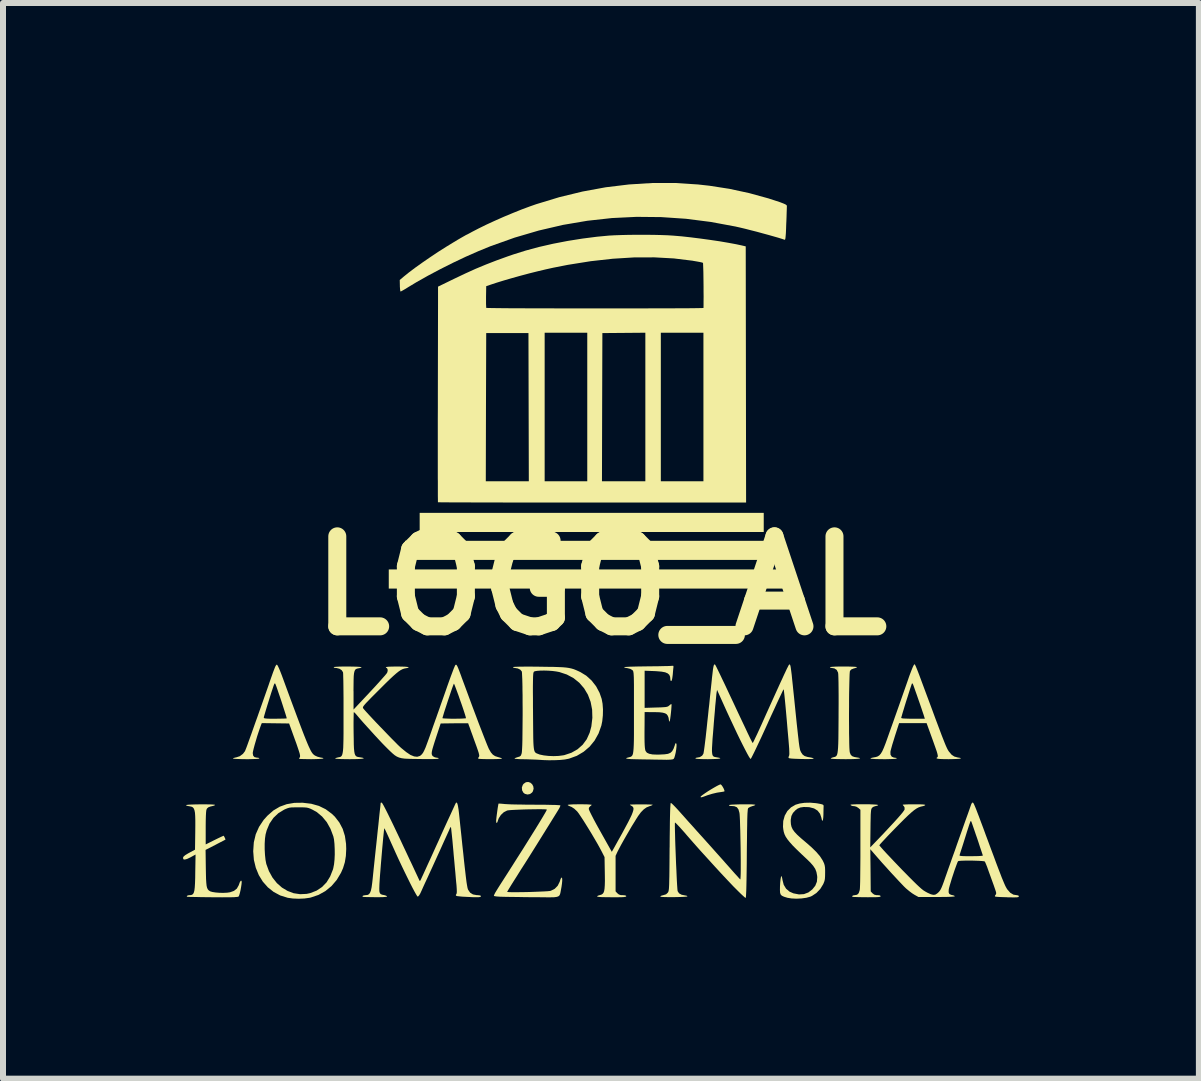
<source format=kicad_pcb>
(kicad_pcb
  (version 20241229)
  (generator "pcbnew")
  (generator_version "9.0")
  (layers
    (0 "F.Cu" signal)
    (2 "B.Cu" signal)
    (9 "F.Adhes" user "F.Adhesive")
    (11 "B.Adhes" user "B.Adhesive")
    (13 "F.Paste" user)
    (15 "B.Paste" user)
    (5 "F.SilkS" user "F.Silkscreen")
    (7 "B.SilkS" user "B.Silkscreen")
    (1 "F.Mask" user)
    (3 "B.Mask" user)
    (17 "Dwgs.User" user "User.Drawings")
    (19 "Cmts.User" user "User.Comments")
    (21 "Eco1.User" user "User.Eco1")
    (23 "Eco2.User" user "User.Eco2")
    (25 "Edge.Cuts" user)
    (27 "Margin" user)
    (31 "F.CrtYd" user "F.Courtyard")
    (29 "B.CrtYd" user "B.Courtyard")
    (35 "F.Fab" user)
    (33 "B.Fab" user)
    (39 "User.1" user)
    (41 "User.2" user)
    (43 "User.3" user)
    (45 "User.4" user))
  (footprint "LOGO_AL"
    (layer "F.Cu")
    (at 6.964 6.71)
    (property "Reference" "LOGO_AL" (at 0 0 0) (layer "F.SilkS") (effects (font (size 1.5 1.5) (thickness 0.3))))
    (attr board_only exclude_from_pos_files exclude_from_bom)
    (fp_poly (pts (xy 2.714 -1.054) (xy 2.714 -0.894) (xy -0.153 -0.894) (xy -3.02 -0.894) (xy -3.02 -1.054) (xy -3.02 -1.213) (xy -0.153 -1.213) (xy 2.714 -1.213)) (stroke (width 0) (type solid)) (fill yes) (layer "F.SilkS"))
    (fp_poly (pts (xy 2.959 -0.588) (xy 2.959 -0.429) (xy -0.153 -0.429) (xy -3.265 -0.429) (xy -3.265 -0.588) (xy -3.265 -0.747) (xy -0.153 -0.747) (xy 2.959 -0.747)) (stroke (width 0) (type solid)) (fill yes) (layer "F.SilkS"))
    (fp_poly (pts (xy 3.229 -0.11) (xy 3.229 0.049) (xy -0.153 0.049) (xy -3.535 0.049) (xy -3.535 -0.11) (xy -3.535 -0.27) (xy -0.153 -0.27) (xy 3.229 -0.27)) (stroke (width 0) (type solid)) (fill yes) (layer "F.SilkS"))
    (fp_poly (pts (xy -1.175 3.284) (xy -1.146 3.309) (xy -1.127 3.344) (xy -1.121 3.384) (xy -1.133 3.427) (xy -1.147 3.448) (xy -1.181 3.473) (xy -1.223 3.481) (xy -1.266 3.47) (xy -1.291 3.451) (xy -1.313 3.411) (xy -1.317 3.364) (xy -1.301 3.32) (xy -1.287 3.302) (xy -1.249 3.276) (xy -1.21 3.272)) (stroke (width 0) (type solid)) (fill yes) (layer "F.SilkS"))
    (fp_poly (pts (xy 1.997 3.312) (xy 2.012 3.326) (xy 2.03 3.352) (xy 2.047 3.383) (xy 2.058 3.411) (xy 2.06 3.427) (xy 2.059 3.428) (xy 2.044 3.433) (xy 2.013 3.438) (xy 2 3.44) (xy 1.935 3.45) (xy 1.859 3.468) (xy 1.782 3.491) (xy 1.744 3.505) (xy 1.7 3.521) (xy 1.673 3.528) (xy 1.662 3.525) (xy 1.661 3.52) (xy 1.671 3.507) (xy 1.698 3.486) (xy 1.738 3.458) (xy 1.786 3.426) (xy 1.838 3.394) (xy 1.889 3.364) (xy 1.935 3.338) (xy 1.971 3.32) (xy 1.993 3.312)) (stroke (width 0) (type solid)) (fill yes) (layer "F.SilkS"))
    (fp_poly (pts (xy 4.115 1.348) (xy 4.177 1.35) (xy 4.226 1.352) (xy 4.259 1.355) (xy 4.27 1.358) (xy 4.259 1.366) (xy 4.232 1.376) (xy 4.218 1.379) (xy 4.176 1.395) (xy 4.152 1.42) (xy 4.151 1.421) (xy 4.148 1.44) (xy 4.145 1.48) (xy 4.143 1.538) (xy 4.141 1.613) (xy 4.139 1.702) (xy 4.137 1.8) (xy 4.136 1.907) (xy 4.136 2.018) (xy 4.135 2.131) (xy 4.135 2.243) (xy 4.136 2.352) (xy 4.136 2.455) (xy 4.138 2.548) (xy 4.139 2.629) (xy 4.141 2.696) (xy 4.144 2.744) (xy 4.147 2.773) (xy 4.147 2.775) (xy 4.162 2.815) (xy 4.186 2.841) (xy 4.225 2.856) (xy 4.26 2.862) (xy 4.302 2.869) (xy 4.319 2.875) (xy 4.314 2.881) (xy 4.288 2.885) (xy 4.239 2.889) (xy 4.171 2.891) (xy 4.083 2.892) (xy 4.074 2.892) (xy 4 2.891) (xy 3.934 2.89) (xy 3.882 2.888) (xy 3.845 2.885) (xy 3.829 2.882) (xy 3.829 2.882) (xy 3.84 2.872) (xy 3.866 2.862) (xy 3.875 2.86) (xy 3.892 2.856) (xy 3.907 2.851) (xy 3.919 2.843) (xy 3.93 2.83) (xy 3.938 2.811) (xy 3.944 2.784) (xy 3.949 2.746) (xy 3.953 2.696) (xy 3.956 2.632) (xy 3.958 2.552) (xy 3.959 2.454) (xy 3.96 2.336) (xy 3.961 2.196) (xy 3.961 2.136) (xy 3.962 1.97) (xy 3.962 1.827) (xy 3.961 1.706) (xy 3.96 1.607) (xy 3.958 1.531) (xy 3.956 1.479) (xy 3.953 1.45) (xy 3.952 1.448) (xy 3.93 1.404) (xy 3.891 1.379) (xy 3.847 1.372) (xy 3.824 1.368) (xy 3.817 1.36) (xy 3.829 1.355) (xy 3.864 1.352) (xy 3.92 1.349) (xy 3.996 1.348) (xy 4.043 1.348)) (stroke (width 0) (type solid)) (fill yes) (layer "F.SilkS"))
    (fp_poly (pts (xy 1.617 -6.686) (xy 1.807 -6.665) (xy 2.142 -6.613) (xy 2.471 -6.542) (xy 2.791 -6.454) (xy 2.984 -6.391) (xy 3.039 -6.37) (xy 3.075 -6.354) (xy 3.094 -6.341) (xy 3.1 -6.328) (xy 3.1 -6.327) (xy 3.099 -6.308) (xy 3.098 -6.269) (xy 3.096 -6.213) (xy 3.094 -6.145) (xy 3.091 -6.067) (xy 3.089 -6.031) (xy 3.086 -5.941) (xy 3.083 -5.874) (xy 3.079 -5.825) (xy 3.076 -5.793) (xy 3.072 -5.774) (xy 3.067 -5.765) (xy 3.061 -5.764) (xy 3.06 -5.765) (xy 3.018 -5.779) (xy 2.957 -5.798) (xy 2.88 -5.82) (xy 2.792 -5.845) (xy 2.696 -5.871) (xy 2.598 -5.898) (xy 2.499 -5.923) (xy 2.406 -5.947) (xy 2.322 -5.967) (xy 2.251 -5.983) (xy 2.248 -5.984) (xy 1.833 -6.061) (xy 1.418 -6.114) (xy 1.005 -6.142) (xy 0.594 -6.146) (xy 0.184 -6.126) (xy -0.225 -6.081) (xy -0.631 -6.012) (xy -1.035 -5.918) (xy -1.437 -5.8) (xy -1.836 -5.658) (xy -1.844 -5.655) (xy -2.042 -5.574) (xy -2.251 -5.482) (xy -2.464 -5.381) (xy -2.675 -5.275) (xy -2.879 -5.167) (xy -3.069 -5.06) (xy -3.21 -4.975) (xy -3.258 -4.945) (xy -3.298 -4.922) (xy -3.327 -4.906) (xy -3.338 -4.901) (xy -3.343 -4.912) (xy -3.347 -4.942) (xy -3.35 -4.985) (xy -3.35 -4.998) (xy -3.352 -5.094) (xy -3.287 -5.149) (xy -3.199 -5.22) (xy -3.094 -5.299) (xy -2.975 -5.384) (xy -2.847 -5.472) (xy -2.714 -5.561) (xy -2.58 -5.646) (xy -2.449 -5.726) (xy -2.449 -5.726) (xy -2.386 -5.764) (xy -2.331 -5.796) (xy -2.287 -5.821) (xy -2.257 -5.838) (xy -2.245 -5.845) (xy -2.245 -5.845) (xy -2.233 -5.85) (xy -2.204 -5.865) (xy -2.165 -5.886) (xy -2.149 -5.895) (xy -2.039 -5.952) (xy -1.911 -6.015) (xy -1.77 -6.08) (xy -1.621 -6.146) (xy -1.47 -6.209) (xy -1.321 -6.269) (xy -1.181 -6.321) (xy -1.078 -6.357) (xy -0.693 -6.474) (xy -0.306 -6.568) (xy 0.081 -6.639) (xy 0.469 -6.686) (xy 0.854 -6.71) (xy 1.238 -6.71)) (stroke (width 0) (type solid)) (fill yes) (layer "F.SilkS"))
    (fp_poly (pts (xy -4.827 3.635) (xy -4.699 3.671) (xy -4.585 3.727) (xy -4.483 3.803) (xy -4.434 3.85) (xy -4.359 3.947) (xy -4.303 4.053) (xy -4.266 4.171) (xy -4.247 4.303) (xy -4.244 4.388) (xy -4.25 4.506) (xy -4.267 4.61) (xy -4.297 4.708) (xy -4.331 4.785) (xy -4.402 4.904) (xy -4.489 5.006) (xy -4.591 5.09) (xy -4.706 5.154) (xy -4.833 5.197) (xy -4.855 5.202) (xy -4.941 5.214) (xy -5.037 5.218) (xy -5.134 5.214) (xy -5.22 5.202) (xy -5.222 5.201) (xy -5.344 5.163) (xy -5.454 5.104) (xy -5.551 5.027) (xy -5.634 4.933) (xy -5.701 4.824) (xy -5.751 4.702) (xy -5.783 4.57) (xy -5.794 4.429) (xy -5.794 4.423) (xy -5.792 4.394) (xy -5.603 4.394) (xy -5.598 4.486) (xy -5.589 4.571) (xy -5.576 4.638) (xy -5.532 4.758) (xy -5.473 4.865) (xy -5.4 4.957) (xy -5.315 5.032) (xy -5.221 5.088) (xy -5.12 5.126) (xy -5.013 5.142) (xy -4.904 5.137) (xy -4.844 5.124) (xy -4.738 5.083) (xy -4.648 5.023) (xy -4.572 4.945) (xy -4.512 4.847) (xy -4.465 4.729) (xy -4.459 4.705) (xy -4.447 4.644) (xy -4.439 4.567) (xy -4.435 4.479) (xy -4.436 4.389) (xy -4.44 4.303) (xy -4.448 4.228) (xy -4.459 4.178) (xy -4.506 4.053) (xy -4.568 3.942) (xy -4.645 3.849) (xy -4.734 3.774) (xy -4.806 3.734) (xy -4.842 3.717) (xy -4.872 3.706) (xy -4.902 3.699) (xy -4.939 3.696) (xy -4.988 3.694) (xy -5.042 3.694) (xy -5.107 3.695) (xy -5.154 3.696) (xy -5.189 3.7) (xy -5.218 3.708) (xy -5.249 3.72) (xy -5.278 3.733) (xy -5.376 3.793) (xy -5.457 3.87) (xy -5.522 3.965) (xy -5.569 4.076) (xy -5.588 4.146) (xy -5.598 4.216) (xy -5.603 4.301) (xy -5.603 4.394) (xy -5.792 4.394) (xy -5.784 4.278) (xy -5.752 4.144) (xy -5.697 4.02) (xy -5.62 3.904) (xy -5.556 3.833) (xy -5.458 3.747) (xy -5.352 3.684) (xy -5.236 3.642) (xy -5.108 3.62) (xy -4.97 3.618)) (stroke (width 0) (type solid)) (fill yes) (layer "F.SilkS"))
    (fp_poly (pts (xy 3.583 3.625) (xy 3.615 3.63) (xy 3.663 3.639) (xy 3.693 3.647) (xy 3.707 3.656) (xy 3.712 3.668) (xy 3.712 3.674) (xy 3.711 3.698) (xy 3.71 3.739) (xy 3.709 3.79) (xy 3.709 3.811) (xy 3.706 3.866) (xy 3.701 3.903) (xy 3.694 3.919) (xy 3.686 3.914) (xy 3.678 3.885) (xy 3.676 3.872) (xy 3.653 3.803) (xy 3.612 3.75) (xy 3.553 3.713) (xy 3.477 3.693) (xy 3.456 3.691) (xy 3.381 3.689) (xy 3.324 3.697) (xy 3.278 3.716) (xy 3.246 3.74) (xy 3.201 3.788) (xy 3.175 3.839) (xy 3.164 3.902) (xy 3.164 3.929) (xy 3.167 3.977) (xy 3.177 4.02) (xy 3.196 4.061) (xy 3.227 4.104) (xy 3.271 4.151) (xy 3.331 4.206) (xy 3.408 4.271) (xy 3.508 4.358) (xy 3.589 4.437) (xy 3.65 4.508) (xy 3.693 4.574) (xy 3.702 4.591) (xy 3.719 4.627) (xy 3.729 4.659) (xy 3.735 4.695) (xy 3.737 4.741) (xy 3.737 4.785) (xy 3.736 4.845) (xy 3.733 4.889) (xy 3.726 4.923) (xy 3.713 4.957) (xy 3.704 4.977) (xy 3.656 5.055) (xy 3.592 5.122) (xy 3.518 5.171) (xy 3.489 5.184) (xy 3.423 5.202) (xy 3.343 5.213) (xy 3.258 5.217) (xy 3.177 5.213) (xy 3.109 5.202) (xy 3.106 5.201) (xy 3.051 5.184) (xy 3.015 5.167) (xy 2.995 5.145) (xy 2.986 5.114) (xy 2.984 5.07) (xy 2.984 5.068) (xy 2.985 5.011) (xy 2.988 4.955) (xy 2.993 4.904) (xy 2.999 4.866) (xy 3.005 4.843) (xy 3.008 4.84) (xy 3.015 4.851) (xy 3.022 4.879) (xy 3.026 4.903) (xy 3.047 4.985) (xy 3.086 5.05) (xy 3.143 5.099) (xy 3.209 5.128) (xy 3.301 5.146) (xy 3.384 5.141) (xy 3.458 5.113) (xy 3.524 5.062) (xy 3.524 5.062) (xy 3.573 5.001) (xy 3.6 4.934) (xy 3.606 4.858) (xy 3.603 4.83) (xy 3.592 4.772) (xy 3.572 4.72) (xy 3.538 4.669) (xy 3.489 4.613) (xy 3.439 4.564) (xy 3.343 4.474) (xy 3.264 4.398) (xy 3.199 4.333) (xy 3.149 4.277) (xy 3.11 4.229) (xy 3.081 4.186) (xy 3.061 4.145) (xy 3.048 4.105) (xy 3.04 4.062) (xy 3.035 4.019) (xy 3.039 3.922) (xy 3.064 3.833) (xy 3.107 3.757) (xy 3.169 3.695) (xy 3.244 3.651) (xy 3.312 3.631) (xy 3.395 3.619) (xy 3.488 3.617)) (stroke (width 0) (type solid)) (fill yes) (layer "F.SilkS"))
    (fp_poly (pts (xy -0.288 3.644) (xy -0.23 3.645) (xy -0.186 3.648) (xy -0.159 3.651) (xy -0.153 3.653) (xy -0.163 3.666) (xy -0.178 3.676) (xy -0.198 3.699) (xy -0.202 3.721) (xy -0.196 3.74) (xy -0.179 3.777) (xy -0.152 3.831) (xy -0.117 3.899) (xy -0.074 3.979) (xy -0.025 4.067) (xy -0.01 4.094) (xy 0.182 4.436) (xy 0.215 4.378) (xy 0.291 4.241) (xy 0.356 4.125) (xy 0.409 4.026) (xy 0.453 3.944) (xy 0.487 3.876) (xy 0.513 3.822) (xy 0.53 3.778) (xy 0.54 3.745) (xy 0.544 3.72) (xy 0.541 3.701) (xy 0.533 3.687) (xy 0.521 3.676) (xy 0.512 3.671) (xy 0.49 3.658) (xy 0.484 3.651) (xy 0.484 3.65) (xy 0.502 3.648) (xy 0.537 3.647) (xy 0.585 3.646) (xy 0.642 3.646) (xy 0.701 3.646) (xy 0.757 3.646) (xy 0.806 3.647) (xy 0.843 3.649) (xy 0.862 3.65) (xy 0.864 3.651) (xy 0.853 3.66) (xy 0.827 3.671) (xy 0.812 3.675) (xy 0.76 3.696) (xy 0.714 3.729) (xy 0.667 3.777) (xy 0.621 3.839) (xy 0.593 3.883) (xy 0.556 3.943) (xy 0.512 4.014) (xy 0.466 4.093) (xy 0.419 4.174) (xy 0.374 4.253) (xy 0.334 4.325) (xy 0.302 4.386) (xy 0.279 4.43) (xy 0.278 4.432) (xy 0.245 4.503) (xy 0.245 4.799) (xy 0.245 5.095) (xy 0.275 5.127) (xy 0.3 5.147) (xy 0.33 5.157) (xy 0.364 5.158) (xy 0.402 5.161) (xy 0.42 5.168) (xy 0.423 5.176) (xy 0.419 5.182) (xy 0.407 5.186) (xy 0.382 5.19) (xy 0.343 5.192) (xy 0.286 5.193) (xy 0.208 5.193) (xy 0.177 5.193) (xy 0.086 5.192) (xy 0.017 5.191) (xy -0.029 5.188) (xy -0.056 5.184) (xy -0.064 5.179) (xy -0.064 5.179) (xy -0.05 5.167) (xy -0.022 5.158) (xy -0.018 5.157) (xy 0.007 5.15) (xy 0.027 5.138) (xy 0.043 5.119) (xy 0.054 5.091) (xy 0.061 5.05) (xy 0.065 4.994) (xy 0.067 4.92) (xy 0.066 4.826) (xy 0.065 4.764) (xy 0.061 4.524) (xy 0.012 4.428) (xy -0.02 4.368) (xy -0.059 4.298) (xy -0.104 4.221) (xy -0.152 4.139) (xy -0.202 4.057) (xy -0.251 3.978) (xy -0.297 3.905) (xy -0.338 3.843) (xy -0.371 3.794) (xy -0.395 3.763) (xy -0.398 3.76) (xy -0.444 3.717) (xy -0.489 3.688) (xy -0.502 3.683) (xy -0.533 3.67) (xy -0.552 3.658) (xy -0.554 3.655) (xy -0.544 3.651) (xy -0.513 3.648) (xy -0.464 3.645) (xy -0.4 3.644) (xy -0.356 3.643)) (stroke (width 0) (type solid)) (fill yes) (layer "F.SilkS"))
    (fp_poly (pts (xy -6.567 3.645) (xy -6.51 3.646) (xy -6.466 3.648) (xy -6.438 3.651) (xy -6.431 3.653) (xy -6.437 3.662) (xy -6.46 3.67) (xy -6.511 3.682) (xy -6.543 3.695) (xy -6.563 3.713) (xy -6.57 3.725) (xy -6.576 3.745) (xy -6.58 3.782) (xy -6.583 3.837) (xy -6.585 3.913) (xy -6.586 4.01) (xy -6.586 4.034) (xy -6.586 4.313) (xy -6.438 4.239) (xy -6.383 4.212) (xy -6.337 4.19) (xy -6.304 4.175) (xy -6.287 4.168) (xy -6.286 4.168) (xy -6.276 4.185) (xy -6.264 4.209) (xy -6.257 4.228) (xy -6.257 4.233) (xy -6.269 4.239) (xy -6.299 4.255) (xy -6.342 4.277) (xy -6.396 4.305) (xy -6.424 4.32) (xy -6.588 4.404) (xy -6.584 4.705) (xy -6.582 4.808) (xy -6.58 4.89) (xy -6.576 4.953) (xy -6.571 5.001) (xy -6.563 5.035) (xy -6.552 5.059) (xy -6.538 5.076) (xy -6.52 5.089) (xy -6.507 5.096) (xy -6.471 5.106) (xy -6.418 5.114) (xy -6.355 5.119) (xy -6.29 5.12) (xy -6.228 5.117) (xy -6.18 5.11) (xy -6.115 5.087) (xy -6.067 5.049) (xy -6.035 4.992) (xy -6.029 4.974) (xy -6.016 4.939) (xy -6.002 4.919) (xy -5.991 4.917) (xy -5.986 4.934) (xy -5.986 4.94) (xy -5.989 4.976) (xy -5.996 5.023) (xy -6.005 5.073) (xy -6.016 5.121) (xy -6.027 5.158) (xy -6.035 5.178) (xy -6.035 5.178) (xy -6.042 5.183) (xy -6.056 5.187) (xy -6.08 5.189) (xy -6.114 5.192) (xy -6.163 5.193) (xy -6.228 5.193) (xy -6.312 5.194) (xy -6.416 5.193) (xy -6.472 5.193) (xy -6.571 5.192) (xy -6.662 5.191) (xy -6.743 5.189) (xy -6.809 5.188) (xy -6.859 5.187) (xy -6.89 5.185) (xy -6.899 5.184) (xy -6.9 5.172) (xy -6.883 5.162) (xy -6.858 5.158) (xy -6.832 5.157) (xy -6.811 5.15) (xy -6.795 5.136) (xy -6.783 5.113) (xy -6.774 5.077) (xy -6.768 5.026) (xy -6.764 4.958) (xy -6.761 4.87) (xy -6.76 4.78) (xy -6.755 4.481) (xy -6.84 4.528) (xy -6.897 4.555) (xy -6.936 4.565) (xy -6.958 4.56) (xy -6.964 4.537) (xy -6.963 4.532) (xy -6.953 4.513) (xy -6.925 4.49) (xy -6.877 4.461) (xy -6.862 4.453) (xy -6.764 4.4) (xy -6.76 4.115) (xy -6.759 4.001) (xy -6.759 3.91) (xy -6.761 3.838) (xy -6.765 3.783) (xy -6.773 3.743) (xy -6.784 3.715) (xy -6.799 3.696) (xy -6.819 3.685) (xy -6.844 3.679) (xy -6.862 3.676) (xy -6.894 3.67) (xy -6.912 3.662) (xy -6.914 3.657) (xy -6.901 3.654) (xy -6.869 3.65) (xy -6.821 3.648) (xy -6.762 3.646) (xy -6.697 3.645) (xy -6.63 3.644)) (stroke (width 0) (type solid)) (fill yes) (layer "F.SilkS"))
    (fp_poly (pts (xy -1.693 3.632) (xy -1.662 3.634) (xy -1.618 3.638) (xy -1.599 3.64) (xy -1.561 3.642) (xy -1.502 3.645) (xy -1.427 3.647) (xy -1.339 3.648) (xy -1.242 3.65) (xy -1.14 3.65) (xy -1.088 3.651) (xy -0.991 3.651) (xy -0.901 3.652) (xy -0.823 3.654) (xy -0.758 3.655) (xy -0.71 3.658) (xy -0.682 3.66) (xy -0.675 3.662) (xy -0.678 3.677) (xy -0.691 3.706) (xy -0.71 3.738) (xy -0.793 3.872) (xy -0.883 4.017) (xy -0.977 4.168) (xy -1.071 4.319) (xy -1.163 4.466) (xy -1.25 4.604) (xy -1.329 4.727) (xy -1.359 4.775) (xy -1.409 4.855) (xy -1.455 4.927) (xy -1.495 4.991) (xy -1.527 5.043) (xy -1.549 5.08) (xy -1.561 5.101) (xy -1.562 5.104) (xy -1.551 5.106) (xy -1.518 5.108) (xy -1.469 5.109) (xy -1.405 5.109) (xy -1.333 5.108) (xy -1.253 5.107) (xy -1.172 5.105) (xy -1.091 5.102) (xy -1.016 5.099) (xy -0.949 5.096) (xy -0.894 5.093) (xy -0.854 5.089) (xy -0.836 5.086) (xy -0.77 5.053) (xy -0.72 5.002) (xy -0.687 4.936) (xy -0.685 4.93) (xy -0.671 4.887) (xy -0.659 4.867) (xy -0.65 4.866) (xy -0.645 4.883) (xy -0.644 4.915) (xy -0.648 4.961) (xy -0.656 5.019) (xy -0.663 5.056) (xy -0.67 5.095) (xy -0.676 5.126) (xy -0.684 5.15) (xy -0.695 5.168) (xy -0.713 5.18) (xy -0.741 5.188) (xy -0.781 5.193) (xy -0.835 5.194) (xy -0.907 5.194) (xy -0.999 5.193) (xy -1.069 5.192) (xy -1.172 5.192) (xy -1.277 5.191) (xy -1.379 5.189) (xy -1.471 5.188) (xy -1.55 5.187) (xy -1.608 5.186) (xy -1.682 5.184) (xy -1.737 5.18) (xy -1.771 5.175) (xy -1.783 5.17) (xy -1.782 5.162) (xy -1.778 5.152) (xy -1.771 5.137) (xy -1.759 5.114) (xy -1.74 5.083) (xy -1.713 5.039) (xy -1.677 4.982) (xy -1.63 4.909) (xy -1.572 4.818) (xy -1.562 4.803) (xy -1.473 4.663) (xy -1.387 4.527) (xy -1.304 4.397) (xy -1.227 4.274) (xy -1.156 4.16) (xy -1.091 4.056) (xy -1.034 3.963) (xy -0.986 3.884) (xy -0.948 3.82) (xy -0.92 3.772) (xy -0.904 3.742) (xy -0.901 3.732) (xy -0.912 3.729) (xy -0.944 3.727) (xy -0.993 3.726) (xy -1.056 3.726) (xy -1.127 3.727) (xy -1.203 3.728) (xy -1.281 3.73) (xy -1.357 3.733) (xy -1.426 3.736) (xy -1.486 3.739) (xy -1.532 3.743) (xy -1.56 3.747) (xy -1.563 3.748) (xy -1.618 3.776) (xy -1.666 3.821) (xy -1.701 3.875) (xy -1.712 3.903) (xy -1.724 3.94) (xy -1.735 3.956) (xy -1.743 3.949) (xy -1.746 3.921) (xy -1.744 3.898) (xy -1.74 3.859) (xy -1.734 3.811) (xy -1.727 3.759) (xy -1.72 3.709) (xy -1.713 3.667) (xy -1.708 3.64) (xy -1.706 3.632)) (stroke (width 0) (type solid)) (fill yes) (layer "F.SilkS"))
    (fp_poly (pts (xy 5.229 1.312) (xy 5.233 1.316) (xy 5.238 1.325) (xy 5.246 1.34) (xy 5.256 1.364) (xy 5.27 1.398) (xy 5.288 1.444) (xy 5.311 1.504) (xy 5.339 1.58) (xy 5.374 1.674) (xy 5.416 1.787) (xy 5.464 1.916) (xy 5.522 2.071) (xy 5.571 2.205) (xy 5.614 2.319) (xy 5.65 2.415) (xy 5.68 2.495) (xy 5.706 2.561) (xy 5.727 2.614) (xy 5.744 2.656) (xy 5.759 2.69) (xy 5.771 2.715) (xy 5.781 2.735) (xy 5.791 2.751) (xy 5.8 2.765) (xy 5.802 2.767) (xy 5.845 2.818) (xy 5.89 2.848) (xy 5.944 2.863) (xy 5.948 2.864) (xy 5.986 2.87) (xy 6 2.876) (xy 5.992 2.882) (xy 5.964 2.886) (xy 5.916 2.889) (xy 5.85 2.891) (xy 5.796 2.892) (xy 5.713 2.891) (xy 5.654 2.889) (xy 5.615 2.885) (xy 5.596 2.879) (xy 5.594 2.871) (xy 5.606 2.861) (xy 5.612 2.855) (xy 5.615 2.845) (xy 5.614 2.828) (xy 5.608 2.801) (xy 5.597 2.762) (xy 5.578 2.708) (xy 5.553 2.637) (xy 5.523 2.553) (xy 5.428 2.291) (xy 5.199 2.291) (xy 4.97 2.291) (xy 4.9 2.508) (xy 4.878 2.58) (xy 4.857 2.647) (xy 4.841 2.705) (xy 4.829 2.749) (xy 4.825 2.771) (xy 4.827 2.818) (xy 4.848 2.851) (xy 4.884 2.866) (xy 4.897 2.867) (xy 4.922 2.871) (xy 4.932 2.879) (xy 4.92 2.884) (xy 4.885 2.888) (xy 4.829 2.89) (xy 4.753 2.892) (xy 4.711 2.892) (xy 4.641 2.891) (xy 4.58 2.89) (xy 4.532 2.887) (xy 4.501 2.884) (xy 4.491 2.881) (xy 4.502 2.873) (xy 4.529 2.866) (xy 4.546 2.863) (xy 4.584 2.856) (xy 4.615 2.845) (xy 4.642 2.827) (xy 4.666 2.799) (xy 4.69 2.759) (xy 4.715 2.703) (xy 4.744 2.629) (xy 4.772 2.551) (xy 4.824 2.404) (xy 4.876 2.259) (xy 4.895 2.204) (xy 5.005 2.204) (xy 5.014 2.21) (xy 5.042 2.214) (xy 5.089 2.216) (xy 5.159 2.218) (xy 5.202 2.218) (xy 5.399 2.218) (xy 5.39 2.19) (xy 5.378 2.151) (xy 5.36 2.098) (xy 5.339 2.035) (xy 5.315 1.965) (xy 5.29 1.894) (xy 5.266 1.824) (xy 5.243 1.76) (xy 5.224 1.705) (xy 5.209 1.663) (xy 5.199 1.638) (xy 5.197 1.633) (xy 5.185 1.63) (xy 5.184 1.631) (xy 5.179 1.644) (xy 5.168 1.676) (xy 5.152 1.724) (xy 5.133 1.784) (xy 5.112 1.851) (xy 5.089 1.922) (xy 5.067 1.993) (xy 5.047 2.06) (xy 5.029 2.118) (xy 5.016 2.164) (xy 5.007 2.194) (xy 5.005 2.204) (xy 4.895 2.204) (xy 4.926 2.117) (xy 4.973 1.984) (xy 5.016 1.861) (xy 5.054 1.753) (xy 5.086 1.662) (xy 5.106 1.605) (xy 5.141 1.503) (xy 5.171 1.424) (xy 5.194 1.366) (xy 5.211 1.33) (xy 5.222 1.313) (xy 5.225 1.311)) (stroke (width 0) (type solid)) (fill yes) (layer "F.SilkS"))
    (fp_poly (pts (xy -1.106 1.35) (xy -1.02 1.351) (xy -0.895 1.353) (xy -0.791 1.354) (xy -0.706 1.357) (xy -0.637 1.36) (xy -0.58 1.365) (xy -0.532 1.372) (xy -0.491 1.381) (xy -0.453 1.392) (xy -0.415 1.407) (xy -0.375 1.425) (xy -0.341 1.441) (xy -0.243 1.501) (xy -0.155 1.581) (xy -0.08 1.677) (xy -0.022 1.786) (xy 0.013 1.887) (xy 0.028 1.968) (xy 0.035 2.062) (xy 0.033 2.162) (xy 0.023 2.258) (xy 0.008 2.332) (xy -0.039 2.464) (xy -0.105 2.582) (xy -0.188 2.684) (xy -0.288 2.769) (xy -0.401 2.836) (xy -0.527 2.882) (xy -0.539 2.885) (xy -0.6 2.897) (xy -0.679 2.905) (xy -0.77 2.909) (xy -0.866 2.91) (xy -0.962 2.907) (xy -1.005 2.904) (xy -1.069 2.9) (xy -1.146 2.897) (xy -1.227 2.894) (xy -1.283 2.893) (xy -1.342 2.892) (xy -1.391 2.889) (xy -1.425 2.886) (xy -1.439 2.883) (xy -1.44 2.882) (xy -1.429 2.873) (xy -1.402 2.863) (xy -1.386 2.858) (xy -1.352 2.847) (xy -1.334 2.832) (xy -1.323 2.804) (xy -1.319 2.789) (xy -1.316 2.764) (xy -1.313 2.718) (xy -1.31 2.654) (xy -1.308 2.574) (xy -1.307 2.482) (xy -1.306 2.381) (xy -1.305 2.272) (xy -1.304 2.16) (xy -1.304 2.046) (xy -1.305 1.934) (xy -1.305 1.826) (xy -1.307 1.725) (xy -1.307 1.683) (xy -1.133 1.683) (xy -1.133 1.771) (xy -1.132 1.879) (xy -1.132 2.009) (xy -1.131 2.088) (xy -1.13 2.234) (xy -1.129 2.357) (xy -1.128 2.46) (xy -1.127 2.544) (xy -1.125 2.611) (xy -1.122 2.664) (xy -1.118 2.705) (xy -1.113 2.735) (xy -1.107 2.756) (xy -1.1 2.771) (xy -1.091 2.782) (xy -1.08 2.79) (xy -1.069 2.796) (xy -1.019 2.815) (xy -0.951 2.829) (xy -0.872 2.838) (xy -0.788 2.841) (xy -0.705 2.838) (xy -0.629 2.828) (xy -0.608 2.824) (xy -0.491 2.785) (xy -0.389 2.727) (xy -0.304 2.652) (xy -0.236 2.56) (xy -0.187 2.451) (xy -0.159 2.347) (xy -0.142 2.203) (xy -0.146 2.066) (xy -0.171 1.937) (xy -0.216 1.818) (xy -0.279 1.712) (xy -0.359 1.619) (xy -0.456 1.541) (xy -0.568 1.481) (xy -0.692 1.44) (xy -0.745 1.43) (xy -0.808 1.422) (xy -0.877 1.417) (xy -0.945 1.415) (xy -1.009 1.416) (xy -1.062 1.42) (xy -1.099 1.426) (xy -1.114 1.433) (xy -1.119 1.438) (xy -1.122 1.447) (xy -1.126 1.461) (xy -1.128 1.482) (xy -1.13 1.513) (xy -1.131 1.556) (xy -1.132 1.611) (xy -1.133 1.683) (xy -1.307 1.683) (xy -1.308 1.635) (xy -1.31 1.557) (xy -1.313 1.495) (xy -1.315 1.452) (xy -1.318 1.43) (xy -1.319 1.429) (xy -1.344 1.4) (xy -1.385 1.38) (xy -1.434 1.372) (xy -1.435 1.372) (xy -1.458 1.368) (xy -1.464 1.359) (xy -1.455 1.355) (xy -1.427 1.353) (xy -1.379 1.351) (xy -1.31 1.35) (xy -1.219 1.349)) (stroke (width 0) (type solid)) (fill yes) (layer "F.SilkS"))
    (fp_poly (pts (xy -5.395 1.321) (xy -5.392 1.324) (xy -5.382 1.341) (xy -5.365 1.377) (xy -5.344 1.427) (xy -5.321 1.486) (xy -5.312 1.51) (xy -5.239 1.709) (xy -5.174 1.886) (xy -5.116 2.042) (xy -5.065 2.179) (xy -5.02 2.299) (xy -4.981 2.402) (xy -4.947 2.49) (xy -4.917 2.565) (xy -4.892 2.626) (xy -4.87 2.677) (xy -4.851 2.717) (xy -4.835 2.75) (xy -4.821 2.774) (xy -4.808 2.793) (xy -4.796 2.807) (xy -4.784 2.818) (xy -4.772 2.827) (xy -4.765 2.832) (xy -4.723 2.851) (xy -4.677 2.863) (xy -4.674 2.864) (xy -4.637 2.87) (xy -4.623 2.876) (xy -4.631 2.882) (xy -4.66 2.886) (xy -4.708 2.889) (xy -4.774 2.891) (xy -4.828 2.892) (xy -4.895 2.891) (xy -4.953 2.89) (xy -4.997 2.889) (xy -5.024 2.887) (xy -5.03 2.885) (xy -5.024 2.871) (xy -5.016 2.857) (xy -5.013 2.846) (xy -5.014 2.827) (xy -5.02 2.798) (xy -5.033 2.756) (xy -5.052 2.699) (xy -5.078 2.623) (xy -5.099 2.566) (xy -5.196 2.297) (xy -5.424 2.294) (xy -5.651 2.291) (xy -5.665 2.325) (xy -5.684 2.378) (xy -5.706 2.443) (xy -5.729 2.513) (xy -5.75 2.585) (xy -5.77 2.653) (xy -5.786 2.713) (xy -5.797 2.76) (xy -5.802 2.789) (xy -5.802 2.791) (xy -5.795 2.833) (xy -5.773 2.858) (xy -5.733 2.867) (xy -5.723 2.867) (xy -5.699 2.871) (xy -5.691 2.879) (xy -5.703 2.884) (xy -5.738 2.888) (xy -5.794 2.89) (xy -5.87 2.892) (xy -5.912 2.892) (xy -5.982 2.891) (xy -6.044 2.889) (xy -6.092 2.887) (xy -6.122 2.884) (xy -6.133 2.881) (xy -6.122 2.873) (xy -6.094 2.865) (xy -6.077 2.862) (xy -6.017 2.842) (xy -5.965 2.803) (xy -5.931 2.758) (xy -5.924 2.74) (xy -5.908 2.7) (xy -5.886 2.64) (xy -5.858 2.562) (xy -5.824 2.468) (xy -5.786 2.36) (xy -5.743 2.239) (xy -5.728 2.198) (xy -5.618 2.198) (xy -5.615 2.205) (xy -5.606 2.211) (xy -5.585 2.214) (xy -5.55 2.217) (xy -5.497 2.218) (xy -5.43 2.218) (xy -5.365 2.217) (xy -5.308 2.216) (xy -5.266 2.215) (xy -5.241 2.213) (xy -5.236 2.212) (xy -5.238 2.199) (xy -5.247 2.168) (xy -5.262 2.12) (xy -5.281 2.061) (xy -5.302 1.995) (xy -5.325 1.924) (xy -5.349 1.853) (xy -5.372 1.786) (xy -5.392 1.727) (xy -5.409 1.678) (xy -5.422 1.645) (xy -5.428 1.631) (xy -5.428 1.631) (xy -5.44 1.632) (xy -5.446 1.645) (xy -5.458 1.678) (xy -5.474 1.727) (xy -5.494 1.787) (xy -5.515 1.854) (xy -5.537 1.925) (xy -5.559 1.995) (xy -5.579 2.061) (xy -5.596 2.118) (xy -5.609 2.163) (xy -5.617 2.191) (xy -5.618 2.198) (xy -5.728 2.198) (xy -5.696 2.107) (xy -5.646 1.966) (xy -5.594 1.818) (xy -5.54 1.664) (xy -5.52 1.605) (xy -5.488 1.514) (xy -5.463 1.443) (xy -5.443 1.391) (xy -5.429 1.354) (xy -5.417 1.332) (xy -5.409 1.32) (xy -5.402 1.317)) (stroke (width 0) (type solid)) (fill yes) (layer "F.SilkS"))
    (fp_poly (pts (xy 1.208 1.337) (xy 1.21 1.358) (xy 1.209 1.36) (xy 1.206 1.387) (xy 1.202 1.43) (xy 1.198 1.48) (xy 1.197 1.488) (xy 1.19 1.541) (xy 1.182 1.576) (xy 1.173 1.59) (xy 1.161 1.584) (xy 1.158 1.564) (xy 1.154 1.52) (xy 1.14 1.486) (xy 1.113 1.462) (xy 1.071 1.444) (xy 1.01 1.433) (xy 0.93 1.426) (xy 0.892 1.424) (xy 0.729 1.418) (xy 0.729 1.728) (xy 0.729 2.037) (xy 0.919 2.031) (xy 0.992 2.029) (xy 1.044 2.026) (xy 1.081 2.023) (xy 1.105 2.018) (xy 1.122 2.011) (xy 1.135 2.001) (xy 1.14 1.997) (xy 1.161 1.979) (xy 1.175 1.974) (xy 1.176 1.974) (xy 1.178 1.989) (xy 1.176 2.021) (xy 1.173 2.065) (xy 1.168 2.115) (xy 1.162 2.167) (xy 1.156 2.212) (xy 1.15 2.247) (xy 1.145 2.265) (xy 1.143 2.267) (xy 1.136 2.256) (xy 1.133 2.236) (xy 1.128 2.202) (xy 1.115 2.169) (xy 1.098 2.145) (xy 1.071 2.128) (xy 1.031 2.117) (xy 0.975 2.11) (xy 0.899 2.108) (xy 0.867 2.108) (xy 0.729 2.107) (xy 0.728 2.331) (xy 0.727 2.443) (xy 0.727 2.533) (xy 0.728 2.604) (xy 0.73 2.658) (xy 0.733 2.698) (xy 0.737 2.727) (xy 0.742 2.748) (xy 0.746 2.757) (xy 0.767 2.784) (xy 0.805 2.802) (xy 0.86 2.813) (xy 0.936 2.816) (xy 0.986 2.815) (xy 1.062 2.811) (xy 1.118 2.803) (xy 1.159 2.786) (xy 1.188 2.759) (xy 1.211 2.718) (xy 1.232 2.66) (xy 1.239 2.635) (xy 1.249 2.625) (xy 1.256 2.63) (xy 1.261 2.648) (xy 1.26 2.684) (xy 1.255 2.73) (xy 1.247 2.78) (xy 1.236 2.827) (xy 1.225 2.865) (xy 1.213 2.887) (xy 1.212 2.888) (xy 1.191 2.896) (xy 1.154 2.9) (xy 1.097 2.902) (xy 1.042 2.901) (xy 0.979 2.9) (xy 0.898 2.899) (xy 0.81 2.897) (xy 0.72 2.896) (xy 0.668 2.895) (xy 0.574 2.893) (xy 0.504 2.891) (xy 0.455 2.887) (xy 0.428 2.883) (xy 0.42 2.878) (xy 0.43 2.871) (xy 0.457 2.863) (xy 0.459 2.863) (xy 0.478 2.858) (xy 0.495 2.853) (xy 0.508 2.846) (xy 0.52 2.835) (xy 0.529 2.818) (xy 0.536 2.794) (xy 0.541 2.759) (xy 0.545 2.714) (xy 0.548 2.654) (xy 0.55 2.58) (xy 0.551 2.489) (xy 0.551 2.378) (xy 0.551 2.247) (xy 0.551 2.105) (xy 0.551 1.96) (xy 0.551 1.837) (xy 0.551 1.735) (xy 0.551 1.652) (xy 0.55 1.585) (xy 0.549 1.532) (xy 0.547 1.493) (xy 0.545 1.463) (xy 0.542 1.443) (xy 0.539 1.429) (xy 0.535 1.419) (xy 0.53 1.413) (xy 0.525 1.408) (xy 0.49 1.387) (xy 0.442 1.375) (xy 0.409 1.37) (xy 0.389 1.362) (xy 0.386 1.359) (xy 0.398 1.356) (xy 0.431 1.354) (xy 0.483 1.351) (xy 0.551 1.349) (xy 0.632 1.347) (xy 0.723 1.346) (xy 0.781 1.345) (xy 0.878 1.344) (xy 0.967 1.343) (xy 1.046 1.341) (xy 1.111 1.34) (xy 1.159 1.338) (xy 1.188 1.336) (xy 1.195 1.336)) (stroke (width 0) (type solid)) (fill yes) (layer "F.SilkS"))
    (fp_poly (pts (xy 1.179 3.629) (xy 1.205 3.653) (xy 1.24 3.689) (xy 1.282 3.734) (xy 1.301 3.755) (xy 1.34 3.799) (xy 1.392 3.857) (xy 1.454 3.927) (xy 1.523 4.003) (xy 1.595 4.084) (xy 1.667 4.164) (xy 1.691 4.19) (xy 1.766 4.274) (xy 1.846 4.363) (xy 1.926 4.453) (xy 2.003 4.539) (xy 2.071 4.616) (xy 2.128 4.68) (xy 2.136 4.689) (xy 2.188 4.748) (xy 2.235 4.801) (xy 2.275 4.844) (xy 2.304 4.877) (xy 2.321 4.894) (xy 2.324 4.896) (xy 2.326 4.886) (xy 2.328 4.855) (xy 2.33 4.805) (xy 2.331 4.739) (xy 2.331 4.66) (xy 2.331 4.572) (xy 2.33 4.476) (xy 2.329 4.376) (xy 2.327 4.276) (xy 2.325 4.177) (xy 2.323 4.082) (xy 2.32 3.996) (xy 2.318 3.92) (xy 2.315 3.857) (xy 2.312 3.811) (xy 2.309 3.786) (xy 2.293 3.73) (xy 2.267 3.694) (xy 2.228 3.677) (xy 2.204 3.674) (xy 2.166 3.672) (xy 2.146 3.67) (xy 2.138 3.664) (xy 2.135 3.657) (xy 2.145 3.654) (xy 2.176 3.65) (xy 2.221 3.648) (xy 2.277 3.646) (xy 2.339 3.644) (xy 2.402 3.644) (xy 2.461 3.644) (xy 2.512 3.645) (xy 2.551 3.648) (xy 2.571 3.651) (xy 2.574 3.652) (xy 2.566 3.66) (xy 2.542 3.67) (xy 2.526 3.674) (xy 2.489 3.687) (xy 2.461 3.703) (xy 2.455 3.708) (xy 2.452 3.716) (xy 2.448 3.732) (xy 2.446 3.758) (xy 2.443 3.795) (xy 2.441 3.845) (xy 2.439 3.91) (xy 2.438 3.992) (xy 2.436 4.092) (xy 2.435 4.211) (xy 2.433 4.353) (xy 2.432 4.464) (xy 2.431 4.632) (xy 2.429 4.777) (xy 2.427 4.899) (xy 2.425 4.999) (xy 2.423 5.078) (xy 2.42 5.138) (xy 2.418 5.178) (xy 2.415 5.199) (xy 2.412 5.204) (xy 2.4 5.197) (xy 2.374 5.174) (xy 2.336 5.139) (xy 2.289 5.093) (xy 2.236 5.04) (xy 2.211 5.015) (xy 2.117 4.916) (xy 2.011 4.803) (xy 1.897 4.679) (xy 1.778 4.548) (xy 1.657 4.415) (xy 1.54 4.283) (xy 1.429 4.156) (xy 1.404 4.126) (xy 1.354 4.07) (xy 1.31 4.021) (xy 1.274 3.983) (xy 1.249 3.958) (xy 1.236 3.948) (xy 1.234 3.949) (xy 1.233 3.969) (xy 1.233 4.01) (xy 1.234 4.07) (xy 1.236 4.144) (xy 1.238 4.231) (xy 1.241 4.326) (xy 1.245 4.427) (xy 1.249 4.531) (xy 1.253 4.635) (xy 1.258 4.735) (xy 1.262 4.828) (xy 1.266 4.913) (xy 1.27 4.984) (xy 1.274 5.041) (xy 1.277 5.078) (xy 1.28 5.093) (xy 1.303 5.128) (xy 1.345 5.151) (xy 1.4 5.162) (xy 1.428 5.167) (xy 1.443 5.176) (xy 1.443 5.177) (xy 1.432 5.182) (xy 1.399 5.185) (xy 1.346 5.188) (xy 1.276 5.19) (xy 1.215 5.191) (xy 1.129 5.191) (xy 1.065 5.19) (xy 1.022 5.188) (xy 0.998 5.185) (xy 0.99 5.18) (xy 0.99 5.179) (xy 1.004 5.168) (xy 1.033 5.16) (xy 1.041 5.158) (xy 1.086 5.144) (xy 1.114 5.118) (xy 1.119 5.11) (xy 1.124 5.101) (xy 1.128 5.089) (xy 1.131 5.072) (xy 1.134 5.048) (xy 1.136 5.015) (xy 1.138 4.972) (xy 1.139 4.915) (xy 1.141 4.844) (xy 1.142 4.757) (xy 1.143 4.651) (xy 1.144 4.524) (xy 1.145 4.376) (xy 1.146 4.352) (xy 1.147 4.19) (xy 1.149 4.052) (xy 1.15 3.936) (xy 1.152 3.84) (xy 1.154 3.763) (xy 1.156 3.705) (xy 1.159 3.662) (xy 1.161 3.635) (xy 1.164 3.622) (xy 1.166 3.621)) (stroke (width 0) (type solid)) (fill yes) (layer "F.SilkS"))
    (fp_poly (pts (xy 0.741 -5.847) (xy 0.876 -5.846) (xy 1.002 -5.843) (xy 1.114 -5.839) (xy 1.207 -5.833) (xy 1.349 -5.821) (xy 1.502 -5.804) (xy 1.661 -5.784) (xy 1.821 -5.762) (xy 1.977 -5.739) (xy 2.123 -5.714) (xy 2.253 -5.69) (xy 2.346 -5.67) (xy 2.414 -5.654) (xy 2.417 -3.519) (xy 2.42 -1.385) (xy -0.145 -1.385) (xy -0.394 -1.385) (xy -0.636 -1.385) (xy -0.871 -1.385) (xy -1.097 -1.385) (xy -1.313 -1.385) (xy -1.518 -1.385) (xy -1.71 -1.386) (xy -1.89 -1.386) (xy -2.054 -1.386) (xy -2.204 -1.387) (xy -2.336 -1.387) (xy -2.451 -1.387) (xy -2.546 -1.388) (xy -2.621 -1.388) (xy -2.675 -1.389) (xy -2.707 -1.389) (xy -2.715 -1.39) (xy -2.716 -1.402) (xy -2.716 -1.438) (xy -2.717 -1.496) (xy -2.717 -1.574) (xy -2.717 -1.671) (xy -2.717 -1.74) (xy -1.918 -1.74) (xy -1.559 -1.74) (xy -1.201 -1.74) (xy -1.204 -2.974) (xy -1.204 -2.977) (xy -0.937 -2.977) (xy -0.937 -1.74) (xy -0.582 -1.74) (xy -0.227 -1.74) (xy 0.018 -1.74) (xy 0.38 -1.74) (xy 0.741 -1.74) (xy 0.741 -2.977) (xy 0.999 -2.977) (xy 0.999 -1.74) (xy 1.354 -1.74) (xy 1.709 -1.74) (xy 1.709 -2.977) (xy 1.709 -4.215) (xy 1.354 -4.215) (xy 0.999 -4.215) (xy 0.999 -2.977) (xy 0.741 -2.977) (xy 0.741 -2.978) (xy 0.741 -4.215) (xy 0.383 -4.212) (xy 0.025 -4.209) (xy 0.021 -2.974) (xy 0.018 -1.74) (xy -0.227 -1.74) (xy -0.227 -2.977) (xy -0.227 -4.215) (xy -0.582 -4.215) (xy -0.937 -4.215) (xy -0.937 -2.977) (xy -1.204 -2.977) (xy -1.207 -4.209) (xy -1.559 -4.209) (xy -1.911 -4.209) (xy -1.915 -2.974) (xy -1.918 -1.74) (xy -2.717 -1.74) (xy -2.718 -1.785) (xy -2.718 -1.916) (xy -2.718 -2.063) (xy -2.718 -2.222) (xy -2.718 -2.394) (xy -2.718 -2.577) (xy -2.718 -2.769) (xy -2.717 -2.97) (xy -2.717 -3.177) (xy -2.717 -3.189) (xy -2.714 -4.751) (xy -1.914 -4.751) (xy -1.914 -4.696) (xy -1.912 -4.655) (xy -1.911 -4.632) (xy -1.91 -4.629) (xy -1.897 -4.628) (xy -1.862 -4.627) (xy -1.805 -4.626) (xy -1.729 -4.625) (xy -1.635 -4.624) (xy -1.525 -4.623) (xy -1.4 -4.623) (xy -1.262 -4.622) (xy -1.113 -4.621) (xy -0.954 -4.621) (xy -0.787 -4.621) (xy -0.614 -4.62) (xy -0.437 -4.62) (xy -0.256 -4.62) (xy -0.074 -4.62) (xy 0.108 -4.62) (xy 0.289 -4.62) (xy 0.465 -4.62) (xy 0.636 -4.62) (xy 0.801 -4.621) (xy 0.957 -4.621) (xy 1.103 -4.621) (xy 1.237 -4.622) (xy 1.358 -4.623) (xy 1.464 -4.623) (xy 1.553 -4.624) (xy 1.623 -4.625) (xy 1.674 -4.626) (xy 1.703 -4.627) (xy 1.71 -4.628) (xy 1.711 -4.677) (xy 1.711 -4.741) (xy 1.712 -4.815) (xy 1.711 -4.896) (xy 1.711 -4.981) (xy 1.71 -5.067) (xy 1.709 -5.148) (xy 1.708 -5.223) (xy 1.706 -5.287) (xy 1.704 -5.337) (xy 1.703 -5.369) (xy 1.701 -5.379) (xy 1.686 -5.385) (xy 1.651 -5.393) (xy 1.602 -5.402) (xy 1.543 -5.412) (xy 1.529 -5.415) (xy 1.217 -5.453) (xy 0.891 -5.471) (xy 0.552 -5.47) (xy 0.198 -5.448) (xy -0.17 -5.407) (xy -0.552 -5.346) (xy -0.796 -5.298) (xy -0.918 -5.271) (xy -1.053 -5.239) (xy -1.197 -5.203) (xy -1.343 -5.164) (xy -1.486 -5.124) (xy -1.62 -5.085) (xy -1.74 -5.048) (xy -1.807 -5.026) (xy -1.911 -4.991) (xy -1.914 -4.815) (xy -1.914 -4.751) (xy -2.714 -4.751) (xy -2.714 -4.983) (xy -2.447 -5.113) (xy -2.262 -5.201) (xy -2.088 -5.28) (xy -1.917 -5.351) (xy -1.742 -5.419) (xy -1.554 -5.487) (xy -1.458 -5.52) (xy -1.254 -5.584) (xy -1.032 -5.644) (xy -0.796 -5.698) (xy -0.552 -5.745) (xy -0.307 -5.784) (xy -0.065 -5.815) (xy 0.136 -5.834) (xy 0.23 -5.839) (xy 0.343 -5.843) (xy 0.47 -5.846) (xy 0.604 -5.847)) (stroke (width 0) (type solid)) (fill yes) (layer "F.SilkS"))
    (fp_poly (pts (xy 1.9 1.314) (xy 1.904 1.318) (xy 1.912 1.331) (xy 1.929 1.364) (xy 1.954 1.415) (xy 1.986 1.481) (xy 2.023 1.559) (xy 2.066 1.648) (xy 2.111 1.744) (xy 2.132 1.789) (xy 2.206 1.946) (xy 2.269 2.081) (xy 2.324 2.198) (xy 2.371 2.297) (xy 2.41 2.379) (xy 2.441 2.446) (xy 2.467 2.5) (xy 2.487 2.542) (xy 2.503 2.573) (xy 2.514 2.595) (xy 2.522 2.61) (xy 2.527 2.618) (xy 2.53 2.622) (xy 2.531 2.622) (xy 2.538 2.611) (xy 2.553 2.581) (xy 2.575 2.534) (xy 2.604 2.474) (xy 2.637 2.402) (xy 2.673 2.323) (xy 2.675 2.319) (xy 2.754 2.142) (xy 2.824 1.987) (xy 2.885 1.852) (xy 2.938 1.735) (xy 2.983 1.636) (xy 3.022 1.552) (xy 3.053 1.484) (xy 3.079 1.429) (xy 3.099 1.386) (xy 3.115 1.355) (xy 3.126 1.333) (xy 3.134 1.32) (xy 3.139 1.315) (xy 3.14 1.314) (xy 3.146 1.313) (xy 3.151 1.317) (xy 3.156 1.328) (xy 3.161 1.347) (xy 3.166 1.379) (xy 3.172 1.424) (xy 3.18 1.486) (xy 3.188 1.567) (xy 3.199 1.668) (xy 3.203 1.709) (xy 3.222 1.889) (xy 3.238 2.047) (xy 3.252 2.183) (xy 3.264 2.3) (xy 3.275 2.399) (xy 3.284 2.482) (xy 3.292 2.55) (xy 3.298 2.606) (xy 3.304 2.65) (xy 3.309 2.684) (xy 3.314 2.71) (xy 3.318 2.73) (xy 3.322 2.745) (xy 3.327 2.757) (xy 3.332 2.767) (xy 3.337 2.778) (xy 3.339 2.781) (xy 3.363 2.816) (xy 3.396 2.84) (xy 3.444 2.855) (xy 3.485 2.862) (xy 3.52 2.869) (xy 3.543 2.878) (xy 3.547 2.883) (xy 3.536 2.886) (xy 3.505 2.889) (xy 3.459 2.89) (xy 3.403 2.89) (xy 3.342 2.889) (xy 3.281 2.887) (xy 3.225 2.885) (xy 3.178 2.882) (xy 3.145 2.878) (xy 3.133 2.874) (xy 3.125 2.861) (xy 3.133 2.843) (xy 3.138 2.829) (xy 3.141 2.805) (xy 3.14 2.767) (xy 3.138 2.713) (xy 3.132 2.639) (xy 3.127 2.577) (xy 3.111 2.398) (xy 3.098 2.243) (xy 3.086 2.11) (xy 3.076 1.999) (xy 3.067 1.908) (xy 3.06 1.837) (xy 3.054 1.784) (xy 3.05 1.749) (xy 3.046 1.731) (xy 3.045 1.728) (xy 3.038 1.738) (xy 3.023 1.77) (xy 3 1.819) (xy 2.969 1.884) (xy 2.932 1.963) (xy 2.89 2.055) (xy 2.843 2.156) (xy 2.793 2.265) (xy 2.775 2.306) (xy 2.724 2.417) (xy 2.676 2.522) (xy 2.631 2.617) (xy 2.591 2.702) (xy 2.557 2.773) (xy 2.529 2.829) (xy 2.509 2.868) (xy 2.498 2.887) (xy 2.497 2.889) (xy 2.486 2.879) (xy 2.467 2.85) (xy 2.44 2.802) (xy 2.406 2.737) (xy 2.365 2.657) (xy 2.319 2.565) (xy 2.269 2.462) (xy 2.216 2.349) (xy 2.16 2.23) (xy 2.102 2.105) (xy 2.076 2.048) (xy 1.936 1.737) (xy 1.927 1.791) (xy 1.924 1.815) (xy 1.92 1.86) (xy 1.914 1.924) (xy 1.906 2.003) (xy 1.899 2.094) (xy 1.89 2.195) (xy 1.881 2.302) (xy 1.88 2.319) (xy 1.87 2.446) (xy 1.861 2.551) (xy 1.856 2.636) (xy 1.852 2.703) (xy 1.851 2.755) (xy 1.854 2.793) (xy 1.859 2.82) (xy 1.868 2.838) (xy 1.881 2.849) (xy 1.897 2.855) (xy 1.918 2.859) (xy 1.936 2.862) (xy 1.975 2.869) (xy 1.991 2.876) (xy 1.984 2.881) (xy 1.956 2.886) (xy 1.906 2.889) (xy 1.837 2.891) (xy 1.783 2.892) (xy 1.702 2.891) (xy 1.639 2.889) (xy 1.596 2.886) (xy 1.576 2.881) (xy 1.574 2.879) (xy 1.585 2.869) (xy 1.597 2.867) (xy 1.648 2.858) (xy 1.687 2.834) (xy 1.708 2.802) (xy 1.713 2.779) (xy 1.72 2.735) (xy 1.728 2.676) (xy 1.737 2.603) (xy 1.747 2.523) (xy 1.752 2.475) (xy 1.763 2.376) (xy 1.774 2.269) (xy 1.786 2.161) (xy 1.796 2.062) (xy 1.806 1.977) (xy 1.807 1.967) (xy 1.816 1.875) (xy 1.827 1.772) (xy 1.838 1.668) (xy 1.848 1.574) (xy 1.851 1.541) (xy 1.861 1.457) (xy 1.868 1.394) (xy 1.876 1.35) (xy 1.883 1.324) (xy 1.891 1.313)) (stroke (width 0) (type solid)) (fill yes) (layer "F.SilkS"))
    (fp_poly (pts (xy -2.392 3.632) (xy -2.382 3.671) (xy -2.372 3.733) (xy -2.364 3.8) (xy -2.343 4) (xy -2.324 4.176) (xy -2.308 4.332) (xy -2.293 4.467) (xy -2.281 4.584) (xy -2.27 4.684) (xy -2.26 4.769) (xy -2.252 4.839) (xy -2.245 4.896) (xy -2.239 4.943) (xy -2.233 4.98) (xy -2.228 5.008) (xy -2.224 5.03) (xy -2.22 5.047) (xy -2.216 5.059) (xy -2.212 5.069) (xy -2.179 5.117) (xy -2.132 5.146) (xy -2.068 5.158) (xy -2.053 5.158) (xy -2.018 5.162) (xy -1.999 5.17) (xy -1.998 5.18) (xy -2.016 5.189) (xy -2.038 5.192) (xy -2.078 5.192) (xy -2.131 5.192) (xy -2.191 5.189) (xy -2.253 5.186) (xy -2.311 5.183) (xy -2.36 5.178) (xy -2.395 5.174) (xy -2.409 5.17) (xy -2.418 5.158) (xy -2.41 5.142) (xy -2.403 5.128) (xy -2.401 5.101) (xy -2.402 5.059) (xy -2.406 4.997) (xy -2.407 4.985) (xy -2.412 4.938) (xy -2.418 4.871) (xy -2.425 4.788) (xy -2.434 4.693) (xy -2.443 4.591) (xy -2.453 4.486) (xy -2.457 4.436) (xy -2.466 4.339) (xy -2.474 4.249) (xy -2.482 4.171) (xy -2.489 4.106) (xy -2.494 4.057) (xy -2.498 4.028) (xy -2.499 4.021) (xy -2.507 4.028) (xy -2.519 4.05) (xy -2.522 4.057) (xy -2.53 4.077) (xy -2.548 4.116) (xy -2.573 4.171) (xy -2.605 4.241) (xy -2.641 4.321) (xy -2.681 4.41) (xy -2.724 4.504) (xy -2.768 4.601) (xy -2.812 4.698) (xy -2.855 4.791) (xy -2.895 4.879) (xy -2.932 4.958) (xy -2.963 5.026) (xy -2.987 5.08) (xy -3.004 5.117) (xy -3.009 5.128) (xy -3.028 5.16) (xy -3.046 5.18) (xy -3.053 5.183) (xy -3.063 5.172) (xy -3.082 5.141) (xy -3.109 5.093) (xy -3.143 5.029) (xy -3.182 4.952) (xy -3.225 4.865) (xy -3.272 4.769) (xy -3.321 4.667) (xy -3.371 4.561) (xy -3.42 4.454) (xy -3.468 4.347) (xy -3.493 4.292) (xy -3.525 4.22) (xy -3.554 4.156) (xy -3.578 4.104) (xy -3.596 4.066) (xy -3.607 4.046) (xy -3.609 4.044) (xy -3.612 4.055) (xy -3.616 4.088) (xy -3.621 4.139) (xy -3.628 4.205) (xy -3.635 4.284) (xy -3.643 4.37) (xy -3.651 4.463) (xy -3.659 4.558) (xy -3.667 4.652) (xy -3.674 4.743) (xy -3.681 4.827) (xy -3.686 4.9) (xy -3.69 4.961) (xy -3.691 4.981) (xy -3.693 5.047) (xy -3.692 5.093) (xy -3.684 5.123) (xy -3.669 5.141) (xy -3.644 5.151) (xy -3.612 5.157) (xy -3.582 5.166) (xy -3.564 5.176) (xy -3.563 5.178) (xy -3.569 5.184) (xy -3.593 5.188) (xy -3.637 5.191) (xy -3.702 5.192) (xy -3.761 5.192) (xy -3.829 5.191) (xy -3.888 5.19) (xy -3.934 5.189) (xy -3.962 5.187) (xy -3.97 5.185) (xy -3.972 5.172) (xy -3.954 5.163) (xy -3.922 5.158) (xy -3.921 5.158) (xy -3.89 5.155) (xy -3.866 5.143) (xy -3.848 5.12) (xy -3.833 5.083) (xy -3.821 5.028) (xy -3.811 4.954) (xy -3.805 4.901) (xy -3.801 4.862) (xy -3.795 4.802) (xy -3.787 4.724) (xy -3.777 4.63) (xy -3.766 4.525) (xy -3.754 4.412) (xy -3.741 4.293) (xy -3.731 4.199) (xy -3.719 4.083) (xy -3.707 3.975) (xy -3.697 3.876) (xy -3.688 3.79) (xy -3.68 3.719) (xy -3.674 3.665) (xy -3.671 3.631) (xy -3.67 3.619) (xy -3.66 3.616) (xy -3.651 3.617) (xy -3.642 3.629) (xy -3.623 3.661) (xy -3.595 3.714) (xy -3.559 3.785) (xy -3.516 3.873) (xy -3.465 3.977) (xy -3.409 4.095) (xy -3.346 4.227) (xy -3.343 4.233) (xy -3.289 4.349) (xy -3.237 4.459) (xy -3.189 4.562) (xy -3.145 4.654) (xy -3.108 4.734) (xy -3.077 4.8) (xy -3.054 4.849) (xy -3.04 4.88) (xy -3.036 4.888) (xy -3.024 4.915) (xy -3.015 4.921) (xy -3.006 4.91) (xy -3.005 4.907) (xy -2.997 4.891) (xy -2.981 4.856) (xy -2.956 4.802) (xy -2.924 4.732) (xy -2.886 4.648) (xy -2.842 4.553) (xy -2.794 4.447) (xy -2.743 4.334) (xy -2.706 4.254) (xy -2.654 4.137) (xy -2.604 4.027) (xy -2.558 3.926) (xy -2.516 3.836) (xy -2.481 3.759) (xy -2.452 3.696) (xy -2.431 3.65) (xy -2.418 3.624) (xy -2.414 3.617) (xy -2.403 3.615)) (stroke (width 0) (type solid)) (fill yes) (layer "F.SilkS"))
    (fp_poly (pts (xy 6.201 3.616) (xy 6.206 3.622) (xy 6.214 3.634) (xy 6.223 3.654) (xy 6.236 3.684) (xy 6.253 3.725) (xy 6.274 3.78) (xy 6.301 3.85) (xy 6.333 3.936) (xy 6.373 4.042) (xy 6.419 4.168) (xy 6.439 4.221) (xy 6.496 4.375) (xy 6.546 4.508) (xy 6.588 4.622) (xy 6.624 4.717) (xy 6.655 4.797) (xy 6.68 4.863) (xy 6.702 4.916) (xy 6.72 4.959) (xy 6.735 4.993) (xy 6.748 5.02) (xy 6.76 5.041) (xy 6.771 5.06) (xy 6.774 5.063) (xy 6.822 5.118) (xy 6.876 5.15) (xy 6.928 5.158) (xy 6.957 5.163) (xy 6.966 5.178) (xy 6.966 5.178) (xy 6.963 5.185) (xy 6.954 5.191) (xy 6.934 5.194) (xy 6.9 5.195) (xy 6.849 5.195) (xy 6.776 5.194) (xy 6.771 5.193) (xy 6.704 5.191) (xy 6.646 5.189) (xy 6.601 5.186) (xy 6.573 5.182) (xy 6.567 5.18) (xy 6.568 5.166) (xy 6.578 5.152) (xy 6.585 5.142) (xy 6.588 5.128) (xy 6.585 5.106) (xy 6.574 5.072) (xy 6.556 5.02) (xy 6.55 5.002) (xy 6.524 4.93) (xy 6.495 4.85) (xy 6.467 4.773) (xy 6.456 4.742) (xy 6.437 4.688) (xy 6.419 4.643) (xy 6.405 4.611) (xy 6.399 4.598) (xy 6.383 4.593) (xy 6.348 4.589) (xy 6.298 4.586) (xy 6.239 4.584) (xy 6.175 4.582) (xy 6.111 4.582) (xy 6.051 4.583) (xy 6.002 4.585) (xy 5.967 4.588) (xy 5.953 4.592) (xy 5.945 4.606) (xy 5.932 4.639) (xy 5.914 4.688) (xy 5.893 4.746) (xy 5.872 4.81) (xy 5.85 4.876) (xy 5.831 4.94) (xy 5.814 4.996) (xy 5.802 5.04) (xy 5.797 5.067) (xy 5.795 5.111) (xy 5.807 5.138) (xy 5.837 5.153) (xy 5.857 5.157) (xy 5.885 5.165) (xy 5.898 5.174) (xy 5.898 5.177) (xy 5.885 5.181) (xy 5.848 5.184) (xy 5.79 5.187) (xy 5.711 5.188) (xy 5.614 5.189) (xy 5.593 5.189) (xy 5.293 5.189) (xy 5.228 5.153) (xy 5.187 5.127) (xy 5.139 5.091) (xy 5.091 5.051) (xy 5.082 5.043) (xy 5.052 5.014) (xy 5.009 4.969) (xy 4.955 4.912) (xy 4.893 4.845) (xy 4.826 4.773) (xy 4.757 4.696) (xy 4.688 4.62) (xy 4.623 4.546) (xy 4.563 4.477) (xy 4.543 4.454) (xy 4.49 4.393) (xy 4.494 4.744) (xy 4.497 5.095) (xy 4.526 5.127) (xy 4.555 5.149) (xy 4.59 5.158) (xy 4.609 5.158) (xy 4.645 5.161) (xy 4.661 5.171) (xy 4.662 5.176) (xy 4.659 5.182) (xy 4.646 5.187) (xy 4.621 5.19) (xy 4.581 5.192) (xy 4.522 5.192) (xy 4.443 5.193) (xy 4.43 5.192) (xy 4.357 5.192) (xy 4.293 5.191) (xy 4.241 5.189) (xy 4.206 5.188) (xy 4.191 5.186) (xy 4.191 5.186) (xy 4.189 5.172) (xy 4.206 5.162) (xy 4.233 5.158) (xy 4.27 5.151) (xy 4.296 5.126) (xy 4.312 5.08) (xy 4.315 5.063) (xy 4.317 5.04) (xy 4.319 4.995) (xy 4.321 4.93) (xy 4.322 4.848) (xy 4.323 4.753) (xy 4.324 4.645) (xy 4.325 4.529) (xy 4.325 4.405) (xy 4.325 4.37) (xy 4.325 3.735) (xy 4.291 3.705) (xy 4.26 3.685) (xy 4.23 3.676) (xy 4.228 3.676) (xy 4.192 3.672) (xy 4.167 3.662) (xy 4.16 3.651) (xy 4.171 3.648) (xy 4.204 3.646) (xy 4.253 3.644) (xy 4.316 3.643) (xy 4.388 3.643) (xy 4.393 3.643) (xy 4.483 3.644) (xy 4.551 3.647) (xy 4.597 3.65) (xy 4.619 3.655) (xy 4.621 3.657) (xy 4.608 3.667) (xy 4.58 3.673) (xy 4.58 3.673) (xy 4.545 3.684) (xy 4.519 3.702) (xy 4.513 3.712) (xy 4.507 3.725) (xy 4.503 3.745) (xy 4.5 3.775) (xy 4.497 3.817) (xy 4.496 3.875) (xy 4.494 3.952) (xy 4.493 4.045) (xy 4.489 4.362) (xy 4.592 4.255) (xy 4.706 4.136) (xy 4.802 4.033) (xy 4.883 3.946) (xy 4.948 3.874) (xy 4.998 3.817) (xy 5.033 3.774) (xy 5.054 3.744) (xy 5.062 3.729) (xy 5.06 3.693) (xy 5.05 3.677) (xy 5.034 3.659) (xy 5.03 3.65) (xy 5.041 3.649) (xy 5.073 3.647) (xy 5.121 3.645) (xy 5.181 3.644) (xy 5.22 3.644) (xy 5.3 3.644) (xy 5.356 3.646) (xy 5.391 3.649) (xy 5.406 3.654) (xy 5.406 3.656) (xy 5.392 3.667) (xy 5.364 3.676) (xy 5.36 3.676) (xy 5.327 3.684) (xy 5.294 3.696) (xy 5.259 3.715) (xy 5.22 3.742) (xy 5.174 3.78) (xy 5.12 3.829) (xy 5.055 3.892) (xy 4.977 3.97) (xy 4.912 4.036) (xy 4.845 4.105) (xy 4.784 4.168) (xy 4.732 4.224) (xy 4.69 4.269) (xy 4.659 4.303) (xy 4.643 4.323) (xy 4.64 4.327) (xy 4.651 4.341) (xy 4.676 4.37) (xy 4.714 4.413) (xy 4.763 4.466) (xy 4.821 4.527) (xy 4.884 4.594) (xy 4.952 4.665) (xy 5.022 4.738) (xy 5.092 4.809) (xy 5.132 4.85) (xy 5.203 4.921) (xy 5.26 4.977) (xy 5.306 5.02) (xy 5.343 5.053) (xy 5.375 5.078) (xy 5.405 5.097) (xy 5.434 5.113) (xy 5.443 5.118) (xy 5.498 5.143) (xy 5.539 5.153) (xy 5.572 5.15) (xy 5.603 5.131) (xy 5.624 5.113) (xy 5.639 5.097) (xy 5.652 5.08) (xy 5.665 5.058) (xy 5.679 5.028) (xy 5.696 4.986) (xy 5.717 4.929) (xy 5.743 4.854) (xy 5.759 4.809) (xy 5.789 4.723) (xy 5.823 4.628) (xy 5.859 4.525) (xy 5.871 4.492) (xy 5.977 4.492) (xy 5.978 4.498) (xy 5.989 4.503) (xy 6.013 4.506) (xy 6.052 4.508) (xy 6.111 4.509) (xy 6.168 4.509) (xy 6.234 4.508) (xy 6.291 4.507) (xy 6.335 4.504) (xy 6.36 4.501) (xy 6.365 4.499) (xy 6.362 4.486) (xy 6.351 4.453) (xy 6.335 4.405) (xy 6.315 4.346) (xy 6.293 4.278) (xy 6.269 4.206) (xy 6.244 4.135) (xy 6.221 4.067) (xy 6.2 4.006) (xy 6.183 3.957) (xy 6.174 3.933) (xy 6.167 3.921) (xy 6.159 3.931) (xy 6.157 3.933) (xy 6.151 3.95) (xy 6.138 3.986) (xy 6.121 4.039) (xy 6.1 4.104) (xy 6.077 4.178) (xy 6.066 4.213) (xy 6.042 4.29) (xy 6.02 4.359) (xy 6.001 4.417) (xy 5.987 4.461) (xy 5.979 4.487) (xy 5.977 4.492) (xy 5.871 4.492) (xy 5.898 4.418) (xy 5.936 4.308) (xy 5.975 4.198) (xy 6.013 4.092) (xy 6.049 3.99) (xy 6.082 3.897) (xy 6.112 3.814) (xy 6.137 3.744) (xy 6.156 3.689) (xy 6.169 3.652) (xy 6.175 3.636) (xy 6.175 3.636) (xy 6.188 3.618) (xy 6.196 3.615)) (stroke (width 0) (type solid)) (fill yes) (layer "F.SilkS"))
    (fp_poly (pts (xy -2.402 1.327) (xy -2.39 1.348) (xy -2.375 1.383) (xy -2.355 1.435) (xy -2.328 1.507) (xy -2.321 1.528) (xy -2.257 1.7) (xy -2.197 1.863) (xy -2.14 2.017) (xy -2.086 2.16) (xy -2.037 2.291) (xy -1.992 2.407) (xy -1.953 2.508) (xy -1.92 2.592) (xy -1.894 2.657) (xy -1.875 2.702) (xy -1.866 2.722) (xy -1.833 2.779) (xy -1.8 2.817) (xy -1.763 2.841) (xy -1.715 2.857) (xy -1.711 2.858) (xy -1.676 2.868) (xy -1.653 2.877) (xy -1.648 2.882) (xy -1.659 2.886) (xy -1.69 2.888) (xy -1.736 2.89) (xy -1.791 2.891) (xy -1.851 2.891) (xy -1.91 2.891) (xy -1.964 2.89) (xy -2.008 2.888) (xy -2.036 2.886) (xy -2.044 2.883) (xy -2.044 2.869) (xy -2.034 2.855) (xy -2.029 2.847) (xy -2.027 2.834) (xy -2.03 2.814) (xy -2.037 2.785) (xy -2.051 2.742) (xy -2.071 2.684) (xy -2.099 2.607) (xy -2.114 2.566) (xy -2.141 2.49) (xy -2.166 2.422) (xy -2.186 2.365) (xy -2.202 2.323) (xy -2.21 2.299) (xy -2.212 2.294) (xy -2.223 2.293) (xy -2.256 2.293) (xy -2.305 2.293) (xy -2.367 2.293) (xy -2.439 2.294) (xy -2.441 2.294) (xy -2.67 2.297) (xy -2.74 2.509) (xy -2.77 2.601) (xy -2.792 2.672) (xy -2.808 2.726) (xy -2.817 2.766) (xy -2.82 2.795) (xy -2.817 2.815) (xy -2.81 2.831) (xy -2.801 2.842) (xy -2.768 2.861) (xy -2.738 2.867) (xy -2.713 2.871) (xy -2.702 2.88) (xy -2.702 2.88) (xy -2.712 2.885) (xy -2.744 2.888) (xy -2.797 2.89) (xy -2.874 2.89) (xy -2.973 2.89) (xy -3.017 2.889) (xy -3.121 2.888) (xy -3.203 2.886) (xy -3.269 2.883) (xy -3.321 2.876) (xy -3.363 2.865) (xy -3.4 2.849) (xy -3.435 2.827) (xy -3.471 2.797) (xy -3.513 2.758) (xy -3.55 2.722) (xy -3.588 2.684) (xy -3.639 2.632) (xy -3.699 2.568) (xy -3.765 2.497) (xy -3.833 2.422) (xy -3.901 2.347) (xy -3.965 2.276) (xy -4.021 2.212) (xy -4.066 2.159) (xy -4.076 2.147) (xy -4.098 2.123) (xy -4.114 2.109) (xy -4.117 2.107) (xy -4.119 2.119) (xy -4.12 2.152) (xy -4.121 2.204) (xy -4.122 2.27) (xy -4.122 2.349) (xy -4.121 2.437) (xy -4.121 2.448) (xy -4.119 2.557) (xy -4.118 2.645) (xy -4.115 2.713) (xy -4.11 2.764) (xy -4.103 2.801) (xy -4.093 2.826) (xy -4.08 2.842) (xy -4.061 2.852) (xy -4.038 2.857) (xy -4.013 2.861) (xy -3.971 2.868) (xy -3.952 2.875) (xy -3.955 2.88) (xy -3.981 2.885) (xy -4.029 2.889) (xy -4.097 2.891) (xy -4.184 2.892) (xy -4.19 2.892) (xy -4.264 2.891) (xy -4.328 2.89) (xy -4.38 2.887) (xy -4.415 2.885) (xy -4.429 2.881) (xy -4.429 2.881) (xy -4.419 2.873) (xy -4.391 2.865) (xy -4.38 2.862) (xy -4.361 2.859) (xy -4.345 2.855) (xy -4.331 2.848) (xy -4.32 2.836) (xy -4.311 2.817) (xy -4.304 2.79) (xy -4.298 2.752) (xy -4.294 2.702) (xy -4.292 2.638) (xy -4.29 2.558) (xy -4.289 2.46) (xy -4.289 2.342) (xy -4.289 2.203) (xy -4.289 2.12) (xy -4.289 1.995) (xy -4.289 1.878) (xy -4.29 1.769) (xy -4.291 1.672) (xy -4.292 1.589) (xy -4.294 1.522) (xy -4.295 1.474) (xy -4.297 1.447) (xy -4.298 1.443) (xy -4.319 1.41) (xy -4.356 1.385) (xy -4.404 1.373) (xy -4.417 1.372) (xy -4.443 1.369) (xy -4.454 1.36) (xy -4.454 1.36) (xy -4.442 1.355) (xy -4.407 1.352) (xy -4.351 1.349) (xy -4.274 1.348) (xy -4.221 1.348) (xy -4.133 1.349) (xy -4.064 1.351) (xy -4.017 1.354) (xy -3.992 1.359) (xy -3.989 1.365) (xy -4.009 1.372) (xy -4.037 1.377) (xy -4.061 1.382) (xy -4.081 1.39) (xy -4.096 1.404) (xy -4.106 1.426) (xy -4.114 1.459) (xy -4.119 1.506) (xy -4.121 1.569) (xy -4.122 1.652) (xy -4.123 1.756) (xy -4.122 1.761) (xy -4.122 2.065) (xy -4.018 1.954) (xy -3.923 1.853) (xy -3.836 1.76) (xy -3.758 1.676) (xy -3.692 1.603) (xy -3.638 1.542) (xy -3.597 1.496) (xy -3.571 1.464) (xy -3.562 1.451) (xy -3.553 1.421) (xy -3.555 1.393) (xy -3.565 1.375) (xy -3.573 1.372) (xy -3.584 1.363) (xy -3.584 1.36) (xy -3.572 1.355) (xy -3.538 1.351) (xy -3.483 1.349) (xy -3.409 1.348) (xy -3.394 1.348) (xy -3.318 1.349) (xy -3.26 1.351) (xy -3.221 1.355) (xy -3.203 1.361) (xy -3.207 1.367) (xy -3.234 1.374) (xy -3.247 1.376) (xy -3.277 1.382) (xy -3.306 1.392) (xy -3.337 1.408) (xy -3.371 1.431) (xy -3.411 1.463) (xy -3.459 1.505) (xy -3.518 1.56) (xy -3.588 1.628) (xy -3.673 1.713) (xy -3.688 1.728) (xy -3.767 1.807) (xy -3.83 1.87) (xy -3.878 1.92) (xy -3.915 1.958) (xy -3.94 1.987) (xy -3.956 2.007) (xy -3.964 2.022) (xy -3.966 2.032) (xy -3.964 2.04) (xy -3.961 2.045) (xy -3.944 2.066) (xy -3.912 2.102) (xy -3.868 2.15) (xy -3.814 2.208) (xy -3.754 2.272) (xy -3.689 2.34) (xy -3.621 2.41) (xy -3.555 2.479) (xy -3.492 2.544) (xy -3.434 2.602) (xy -3.385 2.652) (xy -3.346 2.689) (xy -3.326 2.707) (xy -3.244 2.774) (xy -3.174 2.821) (xy -3.113 2.846) (xy -3.062 2.852) (xy -3.018 2.839) (xy -3.003 2.829) (xy -2.983 2.81) (xy -2.964 2.785) (xy -2.945 2.749) (xy -2.923 2.7) (xy -2.898 2.633) (xy -2.876 2.573) (xy -2.854 2.512) (xy -2.827 2.435) (xy -2.798 2.351) (xy -2.768 2.267) (xy -2.753 2.224) (xy -2.747 2.209) (xy -2.64 2.209) (xy -2.629 2.212) (xy -2.597 2.214) (xy -2.549 2.216) (xy -2.488 2.218) (xy -2.444 2.218) (xy -2.378 2.217) (xy -2.322 2.216) (xy -2.278 2.213) (xy -2.253 2.211) (xy -2.248 2.209) (xy -2.252 2.191) (xy -2.262 2.156) (xy -2.278 2.106) (xy -2.298 2.045) (xy -2.321 1.978) (xy -2.346 1.908) (xy -2.37 1.838) (xy -2.394 1.773) (xy -2.415 1.716) (xy -2.432 1.671) (xy -2.444 1.642) (xy -2.449 1.633) (xy -2.455 1.645) (xy -2.467 1.676) (xy -2.484 1.723) (xy -2.504 1.782) (xy -2.526 1.848) (xy -2.55 1.919) (xy -2.573 1.99) (xy -2.595 2.057) (xy -2.614 2.116) (xy -2.628 2.164) (xy -2.638 2.196) (xy -2.64 2.209) (xy -2.747 2.209) (xy -2.728 2.154) (xy -2.697 2.067) (xy -2.663 1.969) (xy -2.626 1.865) (xy -2.589 1.76) (xy -2.561 1.679) (xy -2.53 1.592) (xy -2.501 1.512) (xy -2.475 1.443) (xy -2.454 1.387) (xy -2.437 1.347) (xy -2.428 1.327) (xy -2.426 1.325) (xy -2.418 1.318) (xy -2.41 1.318)) (stroke (width 0) (type solid)) (fill yes) (layer "F.SilkS")))
  (gr_rect
    (start -3 -3)
    (end 16.93 14.927)
    (stroke (width 0.1) (type default))
    (fill no)
    (layer "Edge.Cuts")))
</source>
